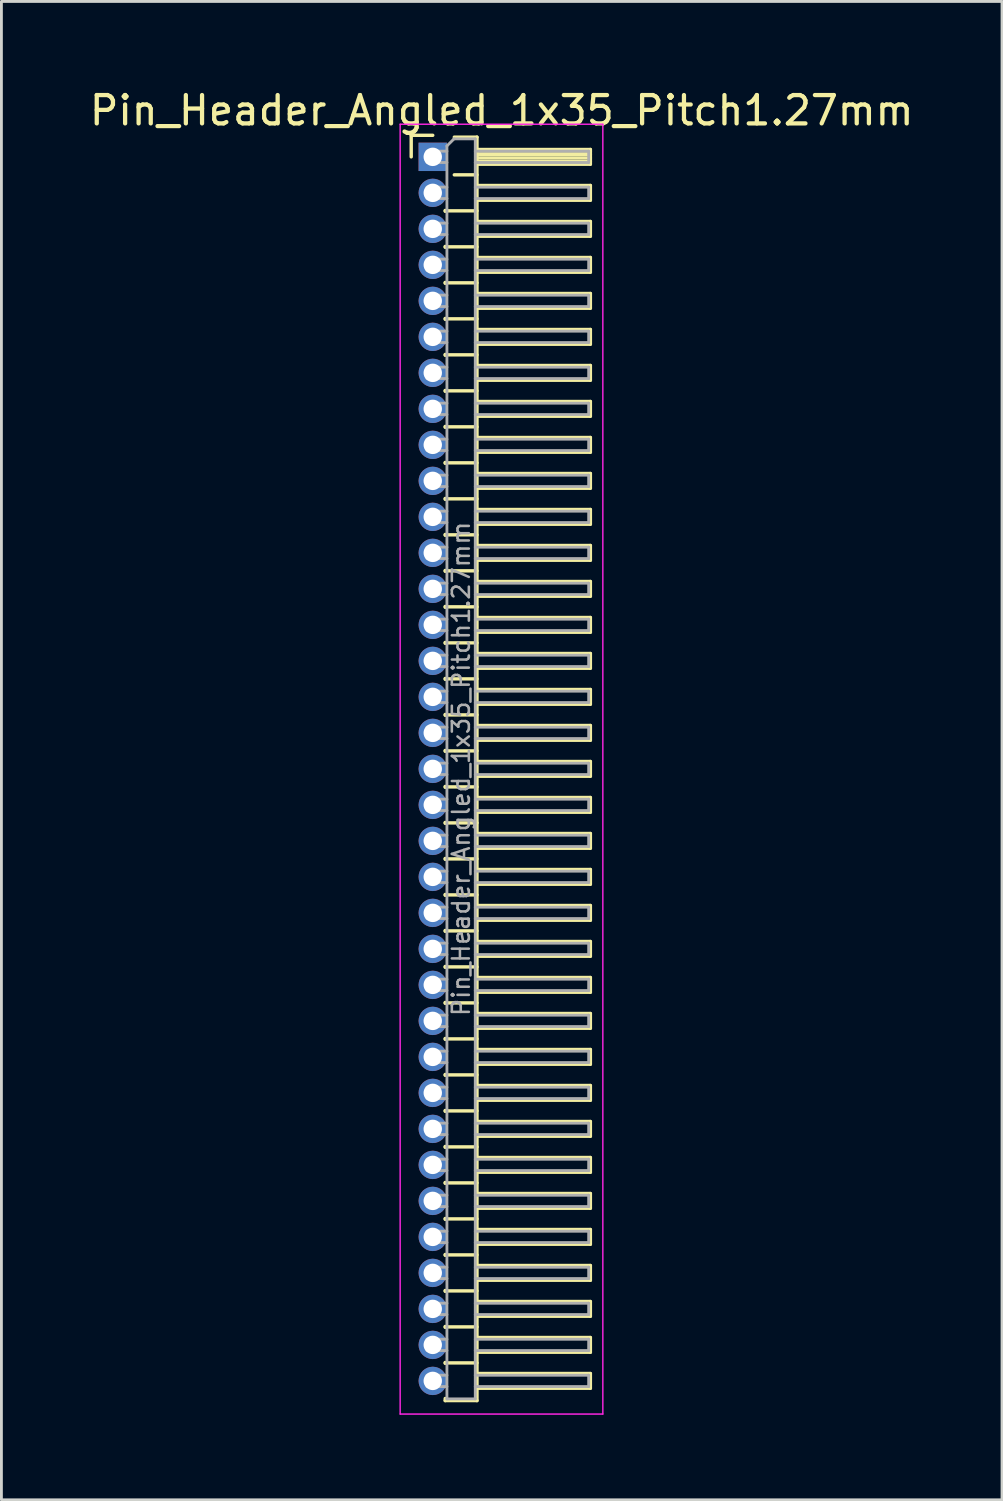
<source format=kicad_pcb>
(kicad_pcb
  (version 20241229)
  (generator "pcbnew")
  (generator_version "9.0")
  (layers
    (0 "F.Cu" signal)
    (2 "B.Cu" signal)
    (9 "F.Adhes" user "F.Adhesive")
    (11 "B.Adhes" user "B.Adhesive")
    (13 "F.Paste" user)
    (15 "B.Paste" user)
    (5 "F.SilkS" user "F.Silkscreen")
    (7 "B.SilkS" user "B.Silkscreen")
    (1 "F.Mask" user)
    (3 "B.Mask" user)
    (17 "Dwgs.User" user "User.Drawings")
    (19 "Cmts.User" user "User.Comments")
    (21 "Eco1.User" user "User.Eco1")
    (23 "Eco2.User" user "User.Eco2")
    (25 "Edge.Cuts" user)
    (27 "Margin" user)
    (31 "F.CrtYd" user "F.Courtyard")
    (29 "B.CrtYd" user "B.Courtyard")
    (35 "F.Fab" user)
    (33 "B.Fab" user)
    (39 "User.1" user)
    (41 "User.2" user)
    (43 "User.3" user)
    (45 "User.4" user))
  (footprint "Pin_Header_Angled_1x35_Pitch1.27mm"
    (layer "F.Cu")
    (at 12.216 2.483)
    (property "Reference" "Pin_Header_Angled_1x35_Pitch1.27mm" (at 2.433 -1.635 0) (layer "F.SilkS") (effects (font (size 1 1) (thickness 0.15))))
    (attr through_hole)
    (fp_line (start -0.76 -0.76) (end 0 -0.76) (stroke (width 0.12) (type solid)) (layer "F.SilkS"))
    (fp_line (start -0.76 0) (end -0.76 -0.76) (stroke (width 0.12) (type solid)) (layer "F.SilkS"))
    (fp_line (start 0.44 1.89) (end 0.44 1.92) (stroke (width 0.12) (type solid)) (layer "F.SilkS"))
    (fp_line (start 0.44 1.905) (end 1.56 1.905) (stroke (width 0.12) (type solid)) (layer "F.SilkS"))
    (fp_line (start 0.44 3.16) (end 0.44 3.19) (stroke (width 0.12) (type solid)) (layer "F.SilkS"))
    (fp_line (start 0.44 3.175) (end 1.56 3.175) (stroke (width 0.12) (type solid)) (layer "F.SilkS"))
    (fp_line (start 0.44 4.43) (end 0.44 4.46) (stroke (width 0.12) (type solid)) (layer "F.SilkS"))
    (fp_line (start 0.44 4.445) (end 1.56 4.445) (stroke (width 0.12) (type solid)) (layer "F.SilkS"))
    (fp_line (start 0.44 5.7) (end 0.44 5.73) (stroke (width 0.12) (type solid)) (layer "F.SilkS"))
    (fp_line (start 0.44 5.715) (end 1.56 5.715) (stroke (width 0.12) (type solid)) (layer "F.SilkS"))
    (fp_line (start 0.44 6.97) (end 0.44 7) (stroke (width 0.12) (type solid)) (layer "F.SilkS"))
    (fp_line (start 0.44 6.985) (end 1.56 6.985) (stroke (width 0.12) (type solid)) (layer "F.SilkS"))
    (fp_line (start 0.44 8.24) (end 0.44 8.27) (stroke (width 0.12) (type solid)) (layer "F.SilkS"))
    (fp_line (start 0.44 8.255) (end 1.56 8.255) (stroke (width 0.12) (type solid)) (layer "F.SilkS"))
    (fp_line (start 0.44 9.51) (end 0.44 9.54) (stroke (width 0.12) (type solid)) (layer "F.SilkS"))
    (fp_line (start 0.44 9.525) (end 1.56 9.525) (stroke (width 0.12) (type solid)) (layer "F.SilkS"))
    (fp_line (start 0.44 10.78) (end 0.44 10.81) (stroke (width 0.12) (type solid)) (layer "F.SilkS"))
    (fp_line (start 0.44 10.795) (end 1.56 10.795) (stroke (width 0.12) (type solid)) (layer "F.SilkS"))
    (fp_line (start 0.44 12.05) (end 0.44 12.08) (stroke (width 0.12) (type solid)) (layer "F.SilkS"))
    (fp_line (start 0.44 12.065) (end 1.56 12.065) (stroke (width 0.12) (type solid)) (layer "F.SilkS"))
    (fp_line (start 0.44 13.32) (end 0.44 13.35) (stroke (width 0.12) (type solid)) (layer "F.SilkS"))
    (fp_line (start 0.44 13.335) (end 1.56 13.335) (stroke (width 0.12) (type solid)) (layer "F.SilkS"))
    (fp_line (start 0.44 14.59) (end 0.44 14.62) (stroke (width 0.12) (type solid)) (layer "F.SilkS"))
    (fp_line (start 0.44 14.605) (end 1.56 14.605) (stroke (width 0.12) (type solid)) (layer "F.SilkS"))
    (fp_line (start 0.44 15.86) (end 0.44 15.89) (stroke (width 0.12) (type solid)) (layer "F.SilkS"))
    (fp_line (start 0.44 15.875) (end 1.56 15.875) (stroke (width 0.12) (type solid)) (layer "F.SilkS"))
    (fp_line (start 0.44 17.13) (end 0.44 17.16) (stroke (width 0.12) (type solid)) (layer "F.SilkS"))
    (fp_line (start 0.44 17.145) (end 1.56 17.145) (stroke (width 0.12) (type solid)) (layer "F.SilkS"))
    (fp_line (start 0.44 18.4) (end 0.44 18.43) (stroke (width 0.12) (type solid)) (layer "F.SilkS"))
    (fp_line (start 0.44 18.415) (end 1.56 18.415) (stroke (width 0.12) (type solid)) (layer "F.SilkS"))
    (fp_line (start 0.44 19.67) (end 0.44 19.7) (stroke (width 0.12) (type solid)) (layer "F.SilkS"))
    (fp_line (start 0.44 19.685) (end 1.56 19.685) (stroke (width 0.12) (type solid)) (layer "F.SilkS"))
    (fp_line (start 0.44 20.94) (end 0.44 20.97) (stroke (width 0.12) (type solid)) (layer "F.SilkS"))
    (fp_line (start 0.44 20.955) (end 1.56 20.955) (stroke (width 0.12) (type solid)) (layer "F.SilkS"))
    (fp_line (start 0.44 22.21) (end 0.44 22.24) (stroke (width 0.12) (type solid)) (layer "F.SilkS"))
    (fp_line (start 0.44 22.225) (end 1.56 22.225) (stroke (width 0.12) (type solid)) (layer "F.SilkS"))
    (fp_line (start 0.44 23.48) (end 0.44 23.51) (stroke (width 0.12) (type solid)) (layer "F.SilkS"))
    (fp_line (start 0.44 23.495) (end 1.56 23.495) (stroke (width 0.12) (type solid)) (layer "F.SilkS"))
    (fp_line (start 0.44 24.75) (end 0.44 24.78) (stroke (width 0.12) (type solid)) (layer "F.SilkS"))
    (fp_line (start 0.44 24.765) (end 1.56 24.765) (stroke (width 0.12) (type solid)) (layer "F.SilkS"))
    (fp_line (start 0.44 26.02) (end 0.44 26.05) (stroke (width 0.12) (type solid)) (layer "F.SilkS"))
    (fp_line (start 0.44 26.035) (end 1.56 26.035) (stroke (width 0.12) (type solid)) (layer "F.SilkS"))
    (fp_line (start 0.44 27.29) (end 0.44 27.32) (stroke (width 0.12) (type solid)) (layer "F.SilkS"))
    (fp_line (start 0.44 27.305) (end 1.56 27.305) (stroke (width 0.12) (type solid)) (layer "F.SilkS"))
    (fp_line (start 0.44 28.56) (end 0.44 28.59) (stroke (width 0.12) (type solid)) (layer "F.SilkS"))
    (fp_line (start 0.44 28.575) (end 1.56 28.575) (stroke (width 0.12) (type solid)) (layer "F.SilkS"))
    (fp_line (start 0.44 29.83) (end 0.44 29.86) (stroke (width 0.12) (type solid)) (layer "F.SilkS"))
    (fp_line (start 0.44 29.845) (end 1.56 29.845) (stroke (width 0.12) (type solid)) (layer "F.SilkS"))
    (fp_line (start 0.44 31.1) (end 0.44 31.13) (stroke (width 0.12) (type solid)) (layer "F.SilkS"))
    (fp_line (start 0.44 31.115) (end 1.56 31.115) (stroke (width 0.12) (type solid)) (layer "F.SilkS"))
    (fp_line (start 0.44 32.37) (end 0.44 32.4) (stroke (width 0.12) (type solid)) (layer "F.SilkS"))
    (fp_line (start 0.44 32.385) (end 1.56 32.385) (stroke (width 0.12) (type solid)) (layer "F.SilkS"))
    (fp_line (start 0.44 33.64) (end 0.44 33.67) (stroke (width 0.12) (type solid)) (layer "F.SilkS"))
    (fp_line (start 0.44 33.655) (end 1.56 33.655) (stroke (width 0.12) (type solid)) (layer "F.SilkS"))
    (fp_line (start 0.44 34.91) (end 0.44 34.94) (stroke (width 0.12) (type solid)) (layer "F.SilkS"))
    (fp_line (start 0.44 34.925) (end 1.56 34.925) (stroke (width 0.12) (type solid)) (layer "F.SilkS"))
    (fp_line (start 0.44 36.18) (end 0.44 36.21) (stroke (width 0.12) (type solid)) (layer "F.SilkS"))
    (fp_line (start 0.44 36.195) (end 1.56 36.195) (stroke (width 0.12) (type solid)) (layer "F.SilkS"))
    (fp_line (start 0.44 37.45) (end 0.44 37.48) (stroke (width 0.12) (type solid)) (layer "F.SilkS"))
    (fp_line (start 0.44 37.465) (end 1.56 37.465) (stroke (width 0.12) (type solid)) (layer "F.SilkS"))
    (fp_line (start 0.44 38.72) (end 0.44 38.75) (stroke (width 0.12) (type solid)) (layer "F.SilkS"))
    (fp_line (start 0.44 38.735) (end 1.56 38.735) (stroke (width 0.12) (type solid)) (layer "F.SilkS"))
    (fp_line (start 0.44 39.99) (end 0.44 40.02) (stroke (width 0.12) (type solid)) (layer "F.SilkS"))
    (fp_line (start 0.44 40.005) (end 1.56 40.005) (stroke (width 0.12) (type solid)) (layer "F.SilkS"))
    (fp_line (start 0.44 41.26) (end 0.44 41.29) (stroke (width 0.12) (type solid)) (layer "F.SilkS"))
    (fp_line (start 0.44 41.275) (end 1.56 41.275) (stroke (width 0.12) (type solid)) (layer "F.SilkS"))
    (fp_line (start 0.44 42.53) (end 0.44 42.56) (stroke (width 0.12) (type solid)) (layer "F.SilkS"))
    (fp_line (start 0.44 42.545) (end 1.56 42.545) (stroke (width 0.12) (type solid)) (layer "F.SilkS"))
    (fp_line (start 0.44 43.875) (end 0.44 43.8) (stroke (width 0.12) (type solid)) (layer "F.SilkS"))
    (fp_line (start 0.76 -0.695) (end 1.56 -0.695) (stroke (width 0.12) (type solid)) (layer "F.SilkS"))
    (fp_line (start 0.76 0.635) (end 1.56 0.635) (stroke (width 0.12) (type solid)) (layer "F.SilkS"))
    (fp_line (start 1.56 -0.695) (end 1.56 43.875) (stroke (width 0.12) (type solid)) (layer "F.SilkS"))
    (fp_line (start 1.56 -0.26) (end 5.56 -0.26) (stroke (width 0.12) (type solid)) (layer "F.SilkS"))
    (fp_line (start 1.56 -0.2) (end 5.56 -0.2) (stroke (width 0.12) (type solid)) (layer "F.SilkS"))
    (fp_line (start 1.56 -0.08) (end 5.56 -0.08) (stroke (width 0.12) (type solid)) (layer "F.SilkS"))
    (fp_line (start 1.56 0.04) (end 5.56 0.04) (stroke (width 0.12) (type solid)) (layer "F.SilkS"))
    (fp_line (start 1.56 0.16) (end 5.56 0.16) (stroke (width 0.12) (type solid)) (layer "F.SilkS"))
    (fp_line (start 1.56 1.01) (end 5.56 1.01) (stroke (width 0.12) (type solid)) (layer "F.SilkS"))
    (fp_line (start 1.56 2.28) (end 5.56 2.28) (stroke (width 0.12) (type solid)) (layer "F.SilkS"))
    (fp_line (start 1.56 3.55) (end 5.56 3.55) (stroke (width 0.12) (type solid)) (layer "F.SilkS"))
    (fp_line (start 1.56 4.82) (end 5.56 4.82) (stroke (width 0.12) (type solid)) (layer "F.SilkS"))
    (fp_line (start 1.56 6.09) (end 5.56 6.09) (stroke (width 0.12) (type solid)) (layer "F.SilkS"))
    (fp_line (start 1.56 7.36) (end 5.56 7.36) (stroke (width 0.12) (type solid)) (layer "F.SilkS"))
    (fp_line (start 1.56 8.63) (end 5.56 8.63) (stroke (width 0.12) (type solid)) (layer "F.SilkS"))
    (fp_line (start 1.56 9.9) (end 5.56 9.9) (stroke (width 0.12) (type solid)) (layer "F.SilkS"))
    (fp_line (start 1.56 11.17) (end 5.56 11.17) (stroke (width 0.12) (type solid)) (layer "F.SilkS"))
    (fp_line (start 1.56 12.44) (end 5.56 12.44) (stroke (width 0.12) (type solid)) (layer "F.SilkS"))
    (fp_line (start 1.56 13.71) (end 5.56 13.71) (stroke (width 0.12) (type solid)) (layer "F.SilkS"))
    (fp_line (start 1.56 14.98) (end 5.56 14.98) (stroke (width 0.12) (type solid)) (layer "F.SilkS"))
    (fp_line (start 1.56 16.25) (end 5.56 16.25) (stroke (width 0.12) (type solid)) (layer "F.SilkS"))
    (fp_line (start 1.56 17.52) (end 5.56 17.52) (stroke (width 0.12) (type solid)) (layer "F.SilkS"))
    (fp_line (start 1.56 18.79) (end 5.56 18.79) (stroke (width 0.12) (type solid)) (layer "F.SilkS"))
    (fp_line (start 1.56 20.06) (end 5.56 20.06) (stroke (width 0.12) (type solid)) (layer "F.SilkS"))
    (fp_line (start 1.56 21.33) (end 5.56 21.33) (stroke (width 0.12) (type solid)) (layer "F.SilkS"))
    (fp_line (start 1.56 22.6) (end 5.56 22.6) (stroke (width 0.12) (type solid)) (layer "F.SilkS"))
    (fp_line (start 1.56 23.87) (end 5.56 23.87) (stroke (width 0.12) (type solid)) (layer "F.SilkS"))
    (fp_line (start 1.56 25.14) (end 5.56 25.14) (stroke (width 0.12) (type solid)) (layer "F.SilkS"))
    (fp_line (start 1.56 26.41) (end 5.56 26.41) (stroke (width 0.12) (type solid)) (layer "F.SilkS"))
    (fp_line (start 1.56 27.68) (end 5.56 27.68) (stroke (width 0.12) (type solid)) (layer "F.SilkS"))
    (fp_line (start 1.56 28.95) (end 5.56 28.95) (stroke (width 0.12) (type solid)) (layer "F.SilkS"))
    (fp_line (start 1.56 30.22) (end 5.56 30.22) (stroke (width 0.12) (type solid)) (layer "F.SilkS"))
    (fp_line (start 1.56 31.49) (end 5.56 31.49) (stroke (width 0.12) (type solid)) (layer "F.SilkS"))
    (fp_line (start 1.56 32.76) (end 5.56 32.76) (stroke (width 0.12) (type solid)) (layer "F.SilkS"))
    (fp_line (start 1.56 34.03) (end 5.56 34.03) (stroke (width 0.12) (type solid)) (layer "F.SilkS"))
    (fp_line (start 1.56 35.3) (end 5.56 35.3) (stroke (width 0.12) (type solid)) (layer "F.SilkS"))
    (fp_line (start 1.56 36.57) (end 5.56 36.57) (stroke (width 0.12) (type solid)) (layer "F.SilkS"))
    (fp_line (start 1.56 37.84) (end 5.56 37.84) (stroke (width 0.12) (type solid)) (layer "F.SilkS"))
    (fp_line (start 1.56 39.11) (end 5.56 39.11) (stroke (width 0.12) (type solid)) (layer "F.SilkS"))
    (fp_line (start 1.56 40.38) (end 5.56 40.38) (stroke (width 0.12) (type solid)) (layer "F.SilkS"))
    (fp_line (start 1.56 41.65) (end 5.56 41.65) (stroke (width 0.12) (type solid)) (layer "F.SilkS"))
    (fp_line (start 1.56 42.92) (end 5.56 42.92) (stroke (width 0.12) (type solid)) (layer "F.SilkS"))
    (fp_line (start 1.56 43.875) (end 0.44 43.875) (stroke (width 0.12) (type solid)) (layer "F.SilkS"))
    (fp_line (start 5.56 -0.26) (end 5.56 0.26) (stroke (width 0.12) (type solid)) (layer "F.SilkS"))
    (fp_line (start 5.56 0.26) (end 1.56 0.26) (stroke (width 0.12) (type solid)) (layer "F.SilkS"))
    (fp_line (start 5.56 1.01) (end 5.56 1.53) (stroke (width 0.12) (type solid)) (layer "F.SilkS"))
    (fp_line (start 5.56 1.53) (end 1.56 1.53) (stroke (width 0.12) (type solid)) (layer "F.SilkS"))
    (fp_line (start 5.56 2.28) (end 5.56 2.8) (stroke (width 0.12) (type solid)) (layer "F.SilkS"))
    (fp_line (start 5.56 2.8) (end 1.56 2.8) (stroke (width 0.12) (type solid)) (layer "F.SilkS"))
    (fp_line (start 5.56 3.55) (end 5.56 4.07) (stroke (width 0.12) (type solid)) (layer "F.SilkS"))
    (fp_line (start 5.56 4.07) (end 1.56 4.07) (stroke (width 0.12) (type solid)) (layer "F.SilkS"))
    (fp_line (start 5.56 4.82) (end 5.56 5.34) (stroke (width 0.12) (type solid)) (layer "F.SilkS"))
    (fp_line (start 5.56 5.34) (end 1.56 5.34) (stroke (width 0.12) (type solid)) (layer "F.SilkS"))
    (fp_line (start 5.56 6.09) (end 5.56 6.61) (stroke (width 0.12) (type solid)) (layer "F.SilkS"))
    (fp_line (start 5.56 6.61) (end 1.56 6.61) (stroke (width 0.12) (type solid)) (layer "F.SilkS"))
    (fp_line (start 5.56 7.36) (end 5.56 7.88) (stroke (width 0.12) (type solid)) (layer "F.SilkS"))
    (fp_line (start 5.56 7.88) (end 1.56 7.88) (stroke (width 0.12) (type solid)) (layer "F.SilkS"))
    (fp_line (start 5.56 8.63) (end 5.56 9.15) (stroke (width 0.12) (type solid)) (layer "F.SilkS"))
    (fp_line (start 5.56 9.15) (end 1.56 9.15) (stroke (width 0.12) (type solid)) (layer "F.SilkS"))
    (fp_line (start 5.56 9.9) (end 5.56 10.42) (stroke (width 0.12) (type solid)) (layer "F.SilkS"))
    (fp_line (start 5.56 10.42) (end 1.56 10.42) (stroke (width 0.12) (type solid)) (layer "F.SilkS"))
    (fp_line (start 5.56 11.17) (end 5.56 11.69) (stroke (width 0.12) (type solid)) (layer "F.SilkS"))
    (fp_line (start 5.56 11.69) (end 1.56 11.69) (stroke (width 0.12) (type solid)) (layer "F.SilkS"))
    (fp_line (start 5.56 12.44) (end 5.56 12.96) (stroke (width 0.12) (type solid)) (layer "F.SilkS"))
    (fp_line (start 5.56 12.96) (end 1.56 12.96) (stroke (width 0.12) (type solid)) (layer "F.SilkS"))
    (fp_line (start 5.56 13.71) (end 5.56 14.23) (stroke (width 0.12) (type solid)) (layer "F.SilkS"))
    (fp_line (start 5.56 14.23) (end 1.56 14.23) (stroke (width 0.12) (type solid)) (layer "F.SilkS"))
    (fp_line (start 5.56 14.98) (end 5.56 15.5) (stroke (width 0.12) (type solid)) (layer "F.SilkS"))
    (fp_line (start 5.56 15.5) (end 1.56 15.5) (stroke (width 0.12) (type solid)) (layer "F.SilkS"))
    (fp_line (start 5.56 16.25) (end 5.56 16.77) (stroke (width 0.12) (type solid)) (layer "F.SilkS"))
    (fp_line (start 5.56 16.77) (end 1.56 16.77) (stroke (width 0.12) (type solid)) (layer "F.SilkS"))
    (fp_line (start 5.56 17.52) (end 5.56 18.04) (stroke (width 0.12) (type solid)) (layer "F.SilkS"))
    (fp_line (start 5.56 18.04) (end 1.56 18.04) (stroke (width 0.12) (type solid)) (layer "F.SilkS"))
    (fp_line (start 5.56 18.79) (end 5.56 19.31) (stroke (width 0.12) (type solid)) (layer "F.SilkS"))
    (fp_line (start 5.56 19.31) (end 1.56 19.31) (stroke (width 0.12) (type solid)) (layer "F.SilkS"))
    (fp_line (start 5.56 20.06) (end 5.56 20.58) (stroke (width 0.12) (type solid)) (layer "F.SilkS"))
    (fp_line (start 5.56 20.58) (end 1.56 20.58) (stroke (width 0.12) (type solid)) (layer "F.SilkS"))
    (fp_line (start 5.56 21.33) (end 5.56 21.85) (stroke (width 0.12) (type solid)) (layer "F.SilkS"))
    (fp_line (start 5.56 21.85) (end 1.56 21.85) (stroke (width 0.12) (type solid)) (layer "F.SilkS"))
    (fp_line (start 5.56 22.6) (end 5.56 23.12) (stroke (width 0.12) (type solid)) (layer "F.SilkS"))
    (fp_line (start 5.56 23.12) (end 1.56 23.12) (stroke (width 0.12) (type solid)) (layer "F.SilkS"))
    (fp_line (start 5.56 23.87) (end 5.56 24.39) (stroke (width 0.12) (type solid)) (layer "F.SilkS"))
    (fp_line (start 5.56 24.39) (end 1.56 24.39) (stroke (width 0.12) (type solid)) (layer "F.SilkS"))
    (fp_line (start 5.56 25.14) (end 5.56 25.66) (stroke (width 0.12) (type solid)) (layer "F.SilkS"))
    (fp_line (start 5.56 25.66) (end 1.56 25.66) (stroke (width 0.12) (type solid)) (layer "F.SilkS"))
    (fp_line (start 5.56 26.41) (end 5.56 26.93) (stroke (width 0.12) (type solid)) (layer "F.SilkS"))
    (fp_line (start 5.56 26.93) (end 1.56 26.93) (stroke (width 0.12) (type solid)) (layer "F.SilkS"))
    (fp_line (start 5.56 27.68) (end 5.56 28.2) (stroke (width 0.12) (type solid)) (layer "F.SilkS"))
    (fp_line (start 5.56 28.2) (end 1.56 28.2) (stroke (width 0.12) (type solid)) (layer "F.SilkS"))
    (fp_line (start 5.56 28.95) (end 5.56 29.47) (stroke (width 0.12) (type solid)) (layer "F.SilkS"))
    (fp_line (start 5.56 29.47) (end 1.56 29.47) (stroke (width 0.12) (type solid)) (layer "F.SilkS"))
    (fp_line (start 5.56 30.22) (end 5.56 30.74) (stroke (width 0.12) (type solid)) (layer "F.SilkS"))
    (fp_line (start 5.56 30.74) (end 1.56 30.74) (stroke (width 0.12) (type solid)) (layer "F.SilkS"))
    (fp_line (start 5.56 31.49) (end 5.56 32.01) (stroke (width 0.12) (type solid)) (layer "F.SilkS"))
    (fp_line (start 5.56 32.01) (end 1.56 32.01) (stroke (width 0.12) (type solid)) (layer "F.SilkS"))
    (fp_line (start 5.56 32.76) (end 5.56 33.28) (stroke (width 0.12) (type solid)) (layer "F.SilkS"))
    (fp_line (start 5.56 33.28) (end 1.56 33.28) (stroke (width 0.12) (type solid)) (layer "F.SilkS"))
    (fp_line (start 5.56 34.03) (end 5.56 34.55) (stroke (width 0.12) (type solid)) (layer "F.SilkS"))
    (fp_line (start 5.56 34.55) (end 1.56 34.55) (stroke (width 0.12) (type solid)) (layer "F.SilkS"))
    (fp_line (start 5.56 35.3) (end 5.56 35.82) (stroke (width 0.12) (type solid)) (layer "F.SilkS"))
    (fp_line (start 5.56 35.82) (end 1.56 35.82) (stroke (width 0.12) (type solid)) (layer "F.SilkS"))
    (fp_line (start 5.56 36.57) (end 5.56 37.09) (stroke (width 0.12) (type solid)) (layer "F.SilkS"))
    (fp_line (start 5.56 37.09) (end 1.56 37.09) (stroke (width 0.12) (type solid)) (layer "F.SilkS"))
    (fp_line (start 5.56 37.84) (end 5.56 38.36) (stroke (width 0.12) (type solid)) (layer "F.SilkS"))
    (fp_line (start 5.56 38.36) (end 1.56 38.36) (stroke (width 0.12) (type solid)) (layer "F.SilkS"))
    (fp_line (start 5.56 39.11) (end 5.56 39.63) (stroke (width 0.12) (type solid)) (layer "F.SilkS"))
    (fp_line (start 5.56 39.63) (end 1.56 39.63) (stroke (width 0.12) (type solid)) (layer "F.SilkS"))
    (fp_line (start 5.56 40.38) (end 5.56 40.9) (stroke (width 0.12) (type solid)) (layer "F.SilkS"))
    (fp_line (start 5.56 40.9) (end 1.56 40.9) (stroke (width 0.12) (type solid)) (layer "F.SilkS"))
    (fp_line (start 5.56 41.65) (end 5.56 42.17) (stroke (width 0.12) (type solid)) (layer "F.SilkS"))
    (fp_line (start 5.56 42.17) (end 1.56 42.17) (stroke (width 0.12) (type solid)) (layer "F.SilkS"))
    (fp_line (start 5.56 42.92) (end 5.56 43.44) (stroke (width 0.12) (type solid)) (layer "F.SilkS"))
    (fp_line (start 5.56 43.44) (end 1.56 43.44) (stroke (width 0.12) (type solid)) (layer "F.SilkS"))
    (fp_line (start -1.15 -1.15) (end -1.15 44.35) (stroke (width 0.05) (type solid)) (layer "F.CrtYd"))
    (fp_line (start -1.15 44.35) (end 6 44.35) (stroke (width 0.05) (type solid)) (layer "F.CrtYd"))
    (fp_line (start 6 -1.15) (end -1.15 -1.15) (stroke (width 0.05) (type solid)) (layer "F.CrtYd"))
    (fp_line (start 6 44.35) (end 6 -1.15) (stroke (width 0.05) (type solid)) (layer "F.CrtYd"))
    (fp_line (start -0.2 -0.2) (end -0.2 0.2) (stroke (width 0.1) (type solid)) (layer "F.Fab"))
    (fp_line (start -0.2 -0.2) (end 0.5 -0.2) (stroke (width 0.1) (type solid)) (layer "F.Fab"))
    (fp_line (start -0.2 0.2) (end 0.5 0.2) (stroke (width 0.1) (type solid)) (layer "F.Fab"))
    (fp_line (start -0.2 1.07) (end -0.2 1.47) (stroke (width 0.1) (type solid)) (layer "F.Fab"))
    (fp_line (start -0.2 1.07) (end 0.5 1.07) (stroke (width 0.1) (type solid)) (layer "F.Fab"))
    (fp_line (start -0.2 1.47) (end 0.5 1.47) (stroke (width 0.1) (type solid)) (layer "F.Fab"))
    (fp_line (start -0.2 2.34) (end -0.2 2.74) (stroke (width 0.1) (type solid)) (layer "F.Fab"))
    (fp_line (start -0.2 2.34) (end 0.5 2.34) (stroke (width 0.1) (type solid)) (layer "F.Fab"))
    (fp_line (start -0.2 2.74) (end 0.5 2.74) (stroke (width 0.1) (type solid)) (layer "F.Fab"))
    (fp_line (start -0.2 3.61) (end -0.2 4.01) (stroke (width 0.1) (type solid)) (layer "F.Fab"))
    (fp_line (start -0.2 3.61) (end 0.5 3.61) (stroke (width 0.1) (type solid)) (layer "F.Fab"))
    (fp_line (start -0.2 4.01) (end 0.5 4.01) (stroke (width 0.1) (type solid)) (layer "F.Fab"))
    (fp_line (start -0.2 4.88) (end -0.2 5.28) (stroke (width 0.1) (type solid)) (layer "F.Fab"))
    (fp_line (start -0.2 4.88) (end 0.5 4.88) (stroke (width 0.1) (type solid)) (layer "F.Fab"))
    (fp_line (start -0.2 5.28) (end 0.5 5.28) (stroke (width 0.1) (type solid)) (layer "F.Fab"))
    (fp_line (start -0.2 6.15) (end -0.2 6.55) (stroke (width 0.1) (type solid)) (layer "F.Fab"))
    (fp_line (start -0.2 6.15) (end 0.5 6.15) (stroke (width 0.1) (type solid)) (layer "F.Fab"))
    (fp_line (start -0.2 6.55) (end 0.5 6.55) (stroke (width 0.1) (type solid)) (layer "F.Fab"))
    (fp_line (start -0.2 7.42) (end -0.2 7.82) (stroke (width 0.1) (type solid)) (layer "F.Fab"))
    (fp_line (start -0.2 7.42) (end 0.5 7.42) (stroke (width 0.1) (type solid)) (layer "F.Fab"))
    (fp_line (start -0.2 7.82) (end 0.5 7.82) (stroke (width 0.1) (type solid)) (layer "F.Fab"))
    (fp_line (start -0.2 8.69) (end -0.2 9.09) (stroke (width 0.1) (type solid)) (layer "F.Fab"))
    (fp_line (start -0.2 8.69) (end 0.5 8.69) (stroke (width 0.1) (type solid)) (layer "F.Fab"))
    (fp_line (start -0.2 9.09) (end 0.5 9.09) (stroke (width 0.1) (type solid)) (layer "F.Fab"))
    (fp_line (start -0.2 9.96) (end -0.2 10.36) (stroke (width 0.1) (type solid)) (layer "F.Fab"))
    (fp_line (start -0.2 9.96) (end 0.5 9.96) (stroke (width 0.1) (type solid)) (layer "F.Fab"))
    (fp_line (start -0.2 10.36) (end 0.5 10.36) (stroke (width 0.1) (type solid)) (layer "F.Fab"))
    (fp_line (start -0.2 11.23) (end -0.2 11.63) (stroke (width 0.1) (type solid)) (layer "F.Fab"))
    (fp_line (start -0.2 11.23) (end 0.5 11.23) (stroke (width 0.1) (type solid)) (layer "F.Fab"))
    (fp_line (start -0.2 11.63) (end 0.5 11.63) (stroke (width 0.1) (type solid)) (layer "F.Fab"))
    (fp_line (start -0.2 12.5) (end -0.2 12.9) (stroke (width 0.1) (type solid)) (layer "F.Fab"))
    (fp_line (start -0.2 12.5) (end 0.5 12.5) (stroke (width 0.1) (type solid)) (layer "F.Fab"))
    (fp_line (start -0.2 12.9) (end 0.5 12.9) (stroke (width 0.1) (type solid)) (layer "F.Fab"))
    (fp_line (start -0.2 13.77) (end -0.2 14.17) (stroke (width 0.1) (type solid)) (layer "F.Fab"))
    (fp_line (start -0.2 13.77) (end 0.5 13.77) (stroke (width 0.1) (type solid)) (layer "F.Fab"))
    (fp_line (start -0.2 14.17) (end 0.5 14.17) (stroke (width 0.1) (type solid)) (layer "F.Fab"))
    (fp_line (start -0.2 15.04) (end -0.2 15.44) (stroke (width 0.1) (type solid)) (layer "F.Fab"))
    (fp_line (start -0.2 15.04) (end 0.5 15.04) (stroke (width 0.1) (type solid)) (layer "F.Fab"))
    (fp_line (start -0.2 15.44) (end 0.5 15.44) (stroke (width 0.1) (type solid)) (layer "F.Fab"))
    (fp_line (start -0.2 16.31) (end -0.2 16.71) (stroke (width 0.1) (type solid)) (layer "F.Fab"))
    (fp_line (start -0.2 16.31) (end 0.5 16.31) (stroke (width 0.1) (type solid)) (layer "F.Fab"))
    (fp_line (start -0.2 16.71) (end 0.5 16.71) (stroke (width 0.1) (type solid)) (layer "F.Fab"))
    (fp_line (start -0.2 17.58) (end -0.2 17.98) (stroke (width 0.1) (type solid)) (layer "F.Fab"))
    (fp_line (start -0.2 17.58) (end 0.5 17.58) (stroke (width 0.1) (type solid)) (layer "F.Fab"))
    (fp_line (start -0.2 17.98) (end 0.5 17.98) (stroke (width 0.1) (type solid)) (layer "F.Fab"))
    (fp_line (start -0.2 18.85) (end -0.2 19.25) (stroke (width 0.1) (type solid)) (layer "F.Fab"))
    (fp_line (start -0.2 18.85) (end 0.5 18.85) (stroke (width 0.1) (type solid)) (layer "F.Fab"))
    (fp_line (start -0.2 19.25) (end 0.5 19.25) (stroke (width 0.1) (type solid)) (layer "F.Fab"))
    (fp_line (start -0.2 20.12) (end -0.2 20.52) (stroke (width 0.1) (type solid)) (layer "F.Fab"))
    (fp_line (start -0.2 20.12) (end 0.5 20.12) (stroke (width 0.1) (type solid)) (layer "F.Fab"))
    (fp_line (start -0.2 20.52) (end 0.5 20.52) (stroke (width 0.1) (type solid)) (layer "F.Fab"))
    (fp_line (start -0.2 21.39) (end -0.2 21.79) (stroke (width 0.1) (type solid)) (layer "F.Fab"))
    (fp_line (start -0.2 21.39) (end 0.5 21.39) (stroke (width 0.1) (type solid)) (layer "F.Fab"))
    (fp_line (start -0.2 21.79) (end 0.5 21.79) (stroke (width 0.1) (type solid)) (layer "F.Fab"))
    (fp_line (start -0.2 22.66) (end -0.2 23.06) (stroke (width 0.1) (type solid)) (layer "F.Fab"))
    (fp_line (start -0.2 22.66) (end 0.5 22.66) (stroke (width 0.1) (type solid)) (layer "F.Fab"))
    (fp_line (start -0.2 23.06) (end 0.5 23.06) (stroke (width 0.1) (type solid)) (layer "F.Fab"))
    (fp_line (start -0.2 23.93) (end -0.2 24.33) (stroke (width 0.1) (type solid)) (layer "F.Fab"))
    (fp_line (start -0.2 23.93) (end 0.5 23.93) (stroke (width 0.1) (type solid)) (layer "F.Fab"))
    (fp_line (start -0.2 24.33) (end 0.5 24.33) (stroke (width 0.1) (type solid)) (layer "F.Fab"))
    (fp_line (start -0.2 25.2) (end -0.2 25.6) (stroke (width 0.1) (type solid)) (layer "F.Fab"))
    (fp_line (start -0.2 25.2) (end 0.5 25.2) (stroke (width 0.1) (type solid)) (layer "F.Fab"))
    (fp_line (start -0.2 25.6) (end 0.5 25.6) (stroke (width 0.1) (type solid)) (layer "F.Fab"))
    (fp_line (start -0.2 26.47) (end -0.2 26.87) (stroke (width 0.1) (type solid)) (layer "F.Fab"))
    (fp_line (start -0.2 26.47) (end 0.5 26.47) (stroke (width 0.1) (type solid)) (layer "F.Fab"))
    (fp_line (start -0.2 26.87) (end 0.5 26.87) (stroke (width 0.1) (type solid)) (layer "F.Fab"))
    (fp_line (start -0.2 27.74) (end -0.2 28.14) (stroke (width 0.1) (type solid)) (layer "F.Fab"))
    (fp_line (start -0.2 27.74) (end 0.5 27.74) (stroke (width 0.1) (type solid)) (layer "F.Fab"))
    (fp_line (start -0.2 28.14) (end 0.5 28.14) (stroke (width 0.1) (type solid)) (layer "F.Fab"))
    (fp_line (start -0.2 29.01) (end -0.2 29.41) (stroke (width 0.1) (type solid)) (layer "F.Fab"))
    (fp_line (start -0.2 29.01) (end 0.5 29.01) (stroke (width 0.1) (type solid)) (layer "F.Fab"))
    (fp_line (start -0.2 29.41) (end 0.5 29.41) (stroke (width 0.1) (type solid)) (layer "F.Fab"))
    (fp_line (start -0.2 30.28) (end -0.2 30.68) (stroke (width 0.1) (type solid)) (layer "F.Fab"))
    (fp_line (start -0.2 30.28) (end 0.5 30.28) (stroke (width 0.1) (type solid)) (layer "F.Fab"))
    (fp_line (start -0.2 30.68) (end 0.5 30.68) (stroke (width 0.1) (type solid)) (layer "F.Fab"))
    (fp_line (start -0.2 31.55) (end -0.2 31.95) (stroke (width 0.1) (type solid)) (layer "F.Fab"))
    (fp_line (start -0.2 31.55) (end 0.5 31.55) (stroke (width 0.1) (type solid)) (layer "F.Fab"))
    (fp_line (start -0.2 31.95) (end 0.5 31.95) (stroke (width 0.1) (type solid)) (layer "F.Fab"))
    (fp_line (start -0.2 32.82) (end -0.2 33.22) (stroke (width 0.1) (type solid)) (layer "F.Fab"))
    (fp_line (start -0.2 32.82) (end 0.5 32.82) (stroke (width 0.1) (type solid)) (layer "F.Fab"))
    (fp_line (start -0.2 33.22) (end 0.5 33.22) (stroke (width 0.1) (type solid)) (layer "F.Fab"))
    (fp_line (start -0.2 34.09) (end -0.2 34.49) (stroke (width 0.1) (type solid)) (layer "F.Fab"))
    (fp_line (start -0.2 34.09) (end 0.5 34.09) (stroke (width 0.1) (type solid)) (layer "F.Fab"))
    (fp_line (start -0.2 34.49) (end 0.5 34.49) (stroke (width 0.1) (type solid)) (layer "F.Fab"))
    (fp_line (start -0.2 35.36) (end -0.2 35.76) (stroke (width 0.1) (type solid)) (layer "F.Fab"))
    (fp_line (start -0.2 35.36) (end 0.5 35.36) (stroke (width 0.1) (type solid)) (layer "F.Fab"))
    (fp_line (start -0.2 35.76) (end 0.5 35.76) (stroke (width 0.1) (type solid)) (layer "F.Fab"))
    (fp_line (start -0.2 36.63) (end -0.2 37.03) (stroke (width 0.1) (type solid)) (layer "F.Fab"))
    (fp_line (start -0.2 36.63) (end 0.5 36.63) (stroke (width 0.1) (type solid)) (layer "F.Fab"))
    (fp_line (start -0.2 37.03) (end 0.5 37.03) (stroke (width 0.1) (type solid)) (layer "F.Fab"))
    (fp_line (start -0.2 37.9) (end -0.2 38.3) (stroke (width 0.1) (type solid)) (layer "F.Fab"))
    (fp_line (start -0.2 37.9) (end 0.5 37.9) (stroke (width 0.1) (type solid)) (layer "F.Fab"))
    (fp_line (start -0.2 38.3) (end 0.5 38.3) (stroke (width 0.1) (type solid)) (layer "F.Fab"))
    (fp_line (start -0.2 39.17) (end -0.2 39.57) (stroke (width 0.1) (type solid)) (layer "F.Fab"))
    (fp_line (start -0.2 39.17) (end 0.5 39.17) (stroke (width 0.1) (type solid)) (layer "F.Fab"))
    (fp_line (start -0.2 39.57) (end 0.5 39.57) (stroke (width 0.1) (type solid)) (layer "F.Fab"))
    (fp_line (start -0.2 40.44) (end -0.2 40.84) (stroke (width 0.1) (type solid)) (layer "F.Fab"))
    (fp_line (start -0.2 40.44) (end 0.5 40.44) (stroke (width 0.1) (type solid)) (layer "F.Fab"))
    (fp_line (start -0.2 40.84) (end 0.5 40.84) (stroke (width 0.1) (type solid)) (layer "F.Fab"))
    (fp_line (start -0.2 41.71) (end -0.2 42.11) (stroke (width 0.1) (type solid)) (layer "F.Fab"))
    (fp_line (start -0.2 41.71) (end 0.5 41.71) (stroke (width 0.1) (type solid)) (layer "F.Fab"))
    (fp_line (start -0.2 42.11) (end 0.5 42.11) (stroke (width 0.1) (type solid)) (layer "F.Fab"))
    (fp_line (start -0.2 42.98) (end -0.2 43.38) (stroke (width 0.1) (type solid)) (layer "F.Fab"))
    (fp_line (start -0.2 42.98) (end 0.5 42.98) (stroke (width 0.1) (type solid)) (layer "F.Fab"))
    (fp_line (start -0.2 43.38) (end 0.5 43.38) (stroke (width 0.1) (type solid)) (layer "F.Fab"))
    (fp_line (start 0.5 -0.385) (end 0.75 -0.635) (stroke (width 0.1) (type solid)) (layer "F.Fab"))
    (fp_line (start 0.5 43.815) (end 0.5 -0.385) (stroke (width 0.1) (type solid)) (layer "F.Fab"))
    (fp_line (start 0.75 -0.635) (end 1.5 -0.635) (stroke (width 0.1) (type solid)) (layer "F.Fab"))
    (fp_line (start 1.5 -0.635) (end 1.5 43.815) (stroke (width 0.1) (type solid)) (layer "F.Fab"))
    (fp_line (start 1.5 -0.2) (end 5.5 -0.2) (stroke (width 0.1) (type solid)) (layer "F.Fab"))
    (fp_line (start 1.5 0.2) (end 5.5 0.2) (stroke (width 0.1) (type solid)) (layer "F.Fab"))
    (fp_line (start 1.5 1.07) (end 5.5 1.07) (stroke (width 0.1) (type solid)) (layer "F.Fab"))
    (fp_line (start 1.5 1.47) (end 5.5 1.47) (stroke (width 0.1) (type solid)) (layer "F.Fab"))
    (fp_line (start 1.5 2.34) (end 5.5 2.34) (stroke (width 0.1) (type solid)) (layer "F.Fab"))
    (fp_line (start 1.5 2.74) (end 5.5 2.74) (stroke (width 0.1) (type solid)) (layer "F.Fab"))
    (fp_line (start 1.5 3.61) (end 5.5 3.61) (stroke (width 0.1) (type solid)) (layer "F.Fab"))
    (fp_line (start 1.5 4.01) (end 5.5 4.01) (stroke (width 0.1) (type solid)) (layer "F.Fab"))
    (fp_line (start 1.5 4.88) (end 5.5 4.88) (stroke (width 0.1) (type solid)) (layer "F.Fab"))
    (fp_line (start 1.5 5.28) (end 5.5 5.28) (stroke (width 0.1) (type solid)) (layer "F.Fab"))
    (fp_line (start 1.5 6.15) (end 5.5 6.15) (stroke (width 0.1) (type solid)) (layer "F.Fab"))
    (fp_line (start 1.5 6.55) (end 5.5 6.55) (stroke (width 0.1) (type solid)) (layer "F.Fab"))
    (fp_line (start 1.5 7.42) (end 5.5 7.42) (stroke (width 0.1) (type solid)) (layer "F.Fab"))
    (fp_line (start 1.5 7.82) (end 5.5 7.82) (stroke (width 0.1) (type solid)) (layer "F.Fab"))
    (fp_line (start 1.5 8.69) (end 5.5 8.69) (stroke (width 0.1) (type solid)) (layer "F.Fab"))
    (fp_line (start 1.5 9.09) (end 5.5 9.09) (stroke (width 0.1) (type solid)) (layer "F.Fab"))
    (fp_line (start 1.5 9.96) (end 5.5 9.96) (stroke (width 0.1) (type solid)) (layer "F.Fab"))
    (fp_line (start 1.5 10.36) (end 5.5 10.36) (stroke (width 0.1) (type solid)) (layer "F.Fab"))
    (fp_line (start 1.5 11.23) (end 5.5 11.23) (stroke (width 0.1) (type solid)) (layer "F.Fab"))
    (fp_line (start 1.5 11.63) (end 5.5 11.63) (stroke (width 0.1) (type solid)) (layer "F.Fab"))
    (fp_line (start 1.5 12.5) (end 5.5 12.5) (stroke (width 0.1) (type solid)) (layer "F.Fab"))
    (fp_line (start 1.5 12.9) (end 5.5 12.9) (stroke (width 0.1) (type solid)) (layer "F.Fab"))
    (fp_line (start 1.5 13.77) (end 5.5 13.77) (stroke (width 0.1) (type solid)) (layer "F.Fab"))
    (fp_line (start 1.5 14.17) (end 5.5 14.17) (stroke (width 0.1) (type solid)) (layer "F.Fab"))
    (fp_line (start 1.5 15.04) (end 5.5 15.04) (stroke (width 0.1) (type solid)) (layer "F.Fab"))
    (fp_line (start 1.5 15.44) (end 5.5 15.44) (stroke (width 0.1) (type solid)) (layer "F.Fab"))
    (fp_line (start 1.5 16.31) (end 5.5 16.31) (stroke (width 0.1) (type solid)) (layer "F.Fab"))
    (fp_line (start 1.5 16.71) (end 5.5 16.71) (stroke (width 0.1) (type solid)) (layer "F.Fab"))
    (fp_line (start 1.5 17.58) (end 5.5 17.58) (stroke (width 0.1) (type solid)) (layer "F.Fab"))
    (fp_line (start 1.5 17.98) (end 5.5 17.98) (stroke (width 0.1) (type solid)) (layer "F.Fab"))
    (fp_line (start 1.5 18.85) (end 5.5 18.85) (stroke (width 0.1) (type solid)) (layer "F.Fab"))
    (fp_line (start 1.5 19.25) (end 5.5 19.25) (stroke (width 0.1) (type solid)) (layer "F.Fab"))
    (fp_line (start 1.5 20.12) (end 5.5 20.12) (stroke (width 0.1) (type solid)) (layer "F.Fab"))
    (fp_line (start 1.5 20.52) (end 5.5 20.52) (stroke (width 0.1) (type solid)) (layer "F.Fab"))
    (fp_line (start 1.5 21.39) (end 5.5 21.39) (stroke (width 0.1) (type solid)) (layer "F.Fab"))
    (fp_line (start 1.5 21.79) (end 5.5 21.79) (stroke (width 0.1) (type solid)) (layer "F.Fab"))
    (fp_line (start 1.5 22.66) (end 5.5 22.66) (stroke (width 0.1) (type solid)) (layer "F.Fab"))
    (fp_line (start 1.5 23.06) (end 5.5 23.06) (stroke (width 0.1) (type solid)) (layer "F.Fab"))
    (fp_line (start 1.5 23.93) (end 5.5 23.93) (stroke (width 0.1) (type solid)) (layer "F.Fab"))
    (fp_line (start 1.5 24.33) (end 5.5 24.33) (stroke (width 0.1) (type solid)) (layer "F.Fab"))
    (fp_line (start 1.5 25.2) (end 5.5 25.2) (stroke (width 0.1) (type solid)) (layer "F.Fab"))
    (fp_line (start 1.5 25.6) (end 5.5 25.6) (stroke (width 0.1) (type solid)) (layer "F.Fab"))
    (fp_line (start 1.5 26.47) (end 5.5 26.47) (stroke (width 0.1) (type solid)) (layer "F.Fab"))
    (fp_line (start 1.5 26.87) (end 5.5 26.87) (stroke (width 0.1) (type solid)) (layer "F.Fab"))
    (fp_line (start 1.5 27.74) (end 5.5 27.74) (stroke (width 0.1) (type solid)) (layer "F.Fab"))
    (fp_line (start 1.5 28.14) (end 5.5 28.14) (stroke (width 0.1) (type solid)) (layer "F.Fab"))
    (fp_line (start 1.5 29.01) (end 5.5 29.01) (stroke (width 0.1) (type solid)) (layer "F.Fab"))
    (fp_line (start 1.5 29.41) (end 5.5 29.41) (stroke (width 0.1) (type solid)) (layer "F.Fab"))
    (fp_line (start 1.5 30.28) (end 5.5 30.28) (stroke (width 0.1) (type solid)) (layer "F.Fab"))
    (fp_line (start 1.5 30.68) (end 5.5 30.68) (stroke (width 0.1) (type solid)) (layer "F.Fab"))
    (fp_line (start 1.5 31.55) (end 5.5 31.55) (stroke (width 0.1) (type solid)) (layer "F.Fab"))
    (fp_line (start 1.5 31.95) (end 5.5 31.95) (stroke (width 0.1) (type solid)) (layer "F.Fab"))
    (fp_line (start 1.5 32.82) (end 5.5 32.82) (stroke (width 0.1) (type solid)) (layer "F.Fab"))
    (fp_line (start 1.5 33.22) (end 5.5 33.22) (stroke (width 0.1) (type solid)) (layer "F.Fab"))
    (fp_line (start 1.5 34.09) (end 5.5 34.09) (stroke (width 0.1) (type solid)) (layer "F.Fab"))
    (fp_line (start 1.5 34.49) (end 5.5 34.49) (stroke (width 0.1) (type solid)) (layer "F.Fab"))
    (fp_line (start 1.5 35.36) (end 5.5 35.36) (stroke (width 0.1) (type solid)) (layer "F.Fab"))
    (fp_line (start 1.5 35.76) (end 5.5 35.76) (stroke (width 0.1) (type solid)) (layer "F.Fab"))
    (fp_line (start 1.5 36.63) (end 5.5 36.63) (stroke (width 0.1) (type solid)) (layer "F.Fab"))
    (fp_line (start 1.5 37.03) (end 5.5 37.03) (stroke (width 0.1) (type solid)) (layer "F.Fab"))
    (fp_line (start 1.5 37.9) (end 5.5 37.9) (stroke (width 0.1) (type solid)) (layer "F.Fab"))
    (fp_line (start 1.5 38.3) (end 5.5 38.3) (stroke (width 0.1) (type solid)) (layer "F.Fab"))
    (fp_line (start 1.5 39.17) (end 5.5 39.17) (stroke (width 0.1) (type solid)) (layer "F.Fab"))
    (fp_line (start 1.5 39.57) (end 5.5 39.57) (stroke (width 0.1) (type solid)) (layer "F.Fab"))
    (fp_line (start 1.5 40.44) (end 5.5 40.44) (stroke (width 0.1) (type solid)) (layer "F.Fab"))
    (fp_line (start 1.5 40.84) (end 5.5 40.84) (stroke (width 0.1) (type solid)) (layer "F.Fab"))
    (fp_line (start 1.5 41.71) (end 5.5 41.71) (stroke (width 0.1) (type solid)) (layer "F.Fab"))
    (fp_line (start 1.5 42.11) (end 5.5 42.11) (stroke (width 0.1) (type solid)) (layer "F.Fab"))
    (fp_line (start 1.5 42.98) (end 5.5 42.98) (stroke (width 0.1) (type solid)) (layer "F.Fab"))
    (fp_line (start 1.5 43.38) (end 5.5 43.38) (stroke (width 0.1) (type solid)) (layer "F.Fab"))
    (fp_line (start 1.5 43.815) (end 0.5 43.815) (stroke (width 0.1) (type solid)) (layer "F.Fab"))
    (fp_line (start 5.5 -0.2) (end 5.5 0.2) (stroke (width 0.1) (type solid)) (layer "F.Fab"))
    (fp_line (start 5.5 1.07) (end 5.5 1.47) (stroke (width 0.1) (type solid)) (layer "F.Fab"))
    (fp_line (start 5.5 2.34) (end 5.5 2.74) (stroke (width 0.1) (type solid)) (layer "F.Fab"))
    (fp_line (start 5.5 3.61) (end 5.5 4.01) (stroke (width 0.1) (type solid)) (layer "F.Fab"))
    (fp_line (start 5.5 4.88) (end 5.5 5.28) (stroke (width 0.1) (type solid)) (layer "F.Fab"))
    (fp_line (start 5.5 6.15) (end 5.5 6.55) (stroke (width 0.1) (type solid)) (layer "F.Fab"))
    (fp_line (start 5.5 7.42) (end 5.5 7.82) (stroke (width 0.1) (type solid)) (layer "F.Fab"))
    (fp_line (start 5.5 8.69) (end 5.5 9.09) (stroke (width 0.1) (type solid)) (layer "F.Fab"))
    (fp_line (start 5.5 9.96) (end 5.5 10.36) (stroke (width 0.1) (type solid)) (layer "F.Fab"))
    (fp_line (start 5.5 11.23) (end 5.5 11.63) (stroke (width 0.1) (type solid)) (layer "F.Fab"))
    (fp_line (start 5.5 12.5) (end 5.5 12.9) (stroke (width 0.1) (type solid)) (layer "F.Fab"))
    (fp_line (start 5.5 13.77) (end 5.5 14.17) (stroke (width 0.1) (type solid)) (layer "F.Fab"))
    (fp_line (start 5.5 15.04) (end 5.5 15.44) (stroke (width 0.1) (type solid)) (layer "F.Fab"))
    (fp_line (start 5.5 16.31) (end 5.5 16.71) (stroke (width 0.1) (type solid)) (layer "F.Fab"))
    (fp_line (start 5.5 17.58) (end 5.5 17.98) (stroke (width 0.1) (type solid)) (layer "F.Fab"))
    (fp_line (start 5.5 18.85) (end 5.5 19.25) (stroke (width 0.1) (type solid)) (layer "F.Fab"))
    (fp_line (start 5.5 20.12) (end 5.5 20.52) (stroke (width 0.1) (type solid)) (layer "F.Fab"))
    (fp_line (start 5.5 21.39) (end 5.5 21.79) (stroke (width 0.1) (type solid)) (layer "F.Fab"))
    (fp_line (start 5.5 22.66) (end 5.5 23.06) (stroke (width 0.1) (type solid)) (layer "F.Fab"))
    (fp_line (start 5.5 23.93) (end 5.5 24.33) (stroke (width 0.1) (type solid)) (layer "F.Fab"))
    (fp_line (start 5.5 25.2) (end 5.5 25.6) (stroke (width 0.1) (type solid)) (layer "F.Fab"))
    (fp_line (start 5.5 26.47) (end 5.5 26.87) (stroke (width 0.1) (type solid)) (layer "F.Fab"))
    (fp_line (start 5.5 27.74) (end 5.5 28.14) (stroke (width 0.1) (type solid)) (layer "F.Fab"))
    (fp_line (start 5.5 29.01) (end 5.5 29.41) (stroke (width 0.1) (type solid)) (layer "F.Fab"))
    (fp_line (start 5.5 30.28) (end 5.5 30.68) (stroke (width 0.1) (type solid)) (layer "F.Fab"))
    (fp_line (start 5.5 31.55) (end 5.5 31.95) (stroke (width 0.1) (type solid)) (layer "F.Fab"))
    (fp_line (start 5.5 32.82) (end 5.5 33.22) (stroke (width 0.1) (type solid)) (layer "F.Fab"))
    (fp_line (start 5.5 34.09) (end 5.5 34.49) (stroke (width 0.1) (type solid)) (layer "F.Fab"))
    (fp_line (start 5.5 35.36) (end 5.5 35.76) (stroke (width 0.1) (type solid)) (layer "F.Fab"))
    (fp_line (start 5.5 36.63) (end 5.5 37.03) (stroke (width 0.1) (type solid)) (layer "F.Fab"))
    (fp_line (start 5.5 37.9) (end 5.5 38.3) (stroke (width 0.1) (type solid)) (layer "F.Fab"))
    (fp_line (start 5.5 39.17) (end 5.5 39.57) (stroke (width 0.1) (type solid)) (layer "F.Fab"))
    (fp_line (start 5.5 40.44) (end 5.5 40.84) (stroke (width 0.1) (type solid)) (layer "F.Fab"))
    (fp_line (start 5.5 41.71) (end 5.5 42.11) (stroke (width 0.1) (type solid)) (layer "F.Fab"))
    (fp_line (start 5.5 42.98) (end 5.5 43.38) (stroke (width 0.1) (type solid)) (layer "F.Fab"))
    (fp_text user "${REFERENCE}" (at 1 21.59 90) (layer "F.Fab") (effects (font (size 0.6 0.6) (thickness 0.09))))
    (pad "1" thru_hole rect (at 0 0) (size 1 1) (drill 0.65) (layers "*.Cu" "*.Mask"))
    (pad "2" thru_hole oval (at 0 1.27) (size 1 1) (drill 0.65) (layers "*.Cu" "*.Mask"))
    (pad "3" thru_hole oval (at 0 2.54) (size 1 1) (drill 0.65) (layers "*.Cu" "*.Mask"))
    (pad "4" thru_hole oval (at 0 3.81) (size 1 1) (drill 0.65) (layers "*.Cu" "*.Mask"))
    (pad "5" thru_hole oval (at 0 5.08) (size 1 1) (drill 0.65) (layers "*.Cu" "*.Mask"))
    (pad "6" thru_hole oval (at 0 6.35) (size 1 1) (drill 0.65) (layers "*.Cu" "*.Mask"))
    (pad "7" thru_hole oval (at 0 7.62) (size 1 1) (drill 0.65) (layers "*.Cu" "*.Mask"))
    (pad "8" thru_hole oval (at 0 8.89) (size 1 1) (drill 0.65) (layers "*.Cu" "*.Mask"))
    (pad "9" thru_hole oval (at 0 10.16) (size 1 1) (drill 0.65) (layers "*.Cu" "*.Mask"))
    (pad "10" thru_hole oval (at 0 11.43) (size 1 1) (drill 0.65) (layers "*.Cu" "*.Mask"))
    (pad "11" thru_hole oval (at 0 12.7) (size 1 1) (drill 0.65) (layers "*.Cu" "*.Mask"))
    (pad "12" thru_hole oval (at 0 13.97) (size 1 1) (drill 0.65) (layers "*.Cu" "*.Mask"))
    (pad "13" thru_hole oval (at 0 15.24) (size 1 1) (drill 0.65) (layers "*.Cu" "*.Mask"))
    (pad "14" thru_hole oval (at 0 16.51) (size 1 1) (drill 0.65) (layers "*.Cu" "*.Mask"))
    (pad "15" thru_hole oval (at 0 17.78) (size 1 1) (drill 0.65) (layers "*.Cu" "*.Mask"))
    (pad "16" thru_hole oval (at 0 19.05) (size 1 1) (drill 0.65) (layers "*.Cu" "*.Mask"))
    (pad "17" thru_hole oval (at 0 20.32) (size 1 1) (drill 0.65) (layers "*.Cu" "*.Mask"))
    (pad "18" thru_hole oval (at 0 21.59) (size 1 1) (drill 0.65) (layers "*.Cu" "*.Mask"))
    (pad "19" thru_hole oval (at 0 22.86) (size 1 1) (drill 0.65) (layers "*.Cu" "*.Mask"))
    (pad "20" thru_hole oval (at 0 24.13) (size 1 1) (drill 0.65) (layers "*.Cu" "*.Mask"))
    (pad "21" thru_hole oval (at 0 25.4) (size 1 1) (drill 0.65) (layers "*.Cu" "*.Mask"))
    (pad "22" thru_hole oval (at 0 26.67) (size 1 1) (drill 0.65) (layers "*.Cu" "*.Mask"))
    (pad "23" thru_hole oval (at 0 27.94) (size 1 1) (drill 0.65) (layers "*.Cu" "*.Mask"))
    (pad "24" thru_hole oval (at 0 29.21) (size 1 1) (drill 0.65) (layers "*.Cu" "*.Mask"))
    (pad "25" thru_hole oval (at 0 30.48) (size 1 1) (drill 0.65) (layers "*.Cu" "*.Mask"))
    (pad "26" thru_hole oval (at 0 31.75) (size 1 1) (drill 0.65) (layers "*.Cu" "*.Mask"))
    (pad "27" thru_hole oval (at 0 33.02) (size 1 1) (drill 0.65) (layers "*.Cu" "*.Mask"))
    (pad "28" thru_hole oval (at 0 34.29) (size 1 1) (drill 0.65) (layers "*.Cu" "*.Mask"))
    (pad "29" thru_hole oval (at 0 35.56) (size 1 1) (drill 0.65) (layers "*.Cu" "*.Mask"))
    (pad "30" thru_hole oval (at 0 36.83) (size 1 1) (drill 0.65) (layers "*.Cu" "*.Mask"))
    (pad "31" thru_hole oval (at 0 38.1) (size 1 1) (drill 0.65) (layers "*.Cu" "*.Mask"))
    (pad "32" thru_hole oval (at 0 39.37) (size 1 1) (drill 0.65) (layers "*.Cu" "*.Mask"))
    (pad "33" thru_hole oval (at 0 40.64) (size 1 1) (drill 0.65) (layers "*.Cu" "*.Mask"))
    (pad "34" thru_hole oval (at 0 41.91) (size 1 1) (drill 0.65) (layers "*.Cu" "*.Mask"))
    (pad "35" thru_hole oval (at 0 43.18) (size 1 1) (drill 0.65) (layers "*.Cu" "*.Mask")))
  (gr_rect
    (start -3 -3)
    (end 32.298 49.858)
    (stroke (width 0.1) (type default))
    (fill no)
    (layer "Edge.Cuts")))
</source>
